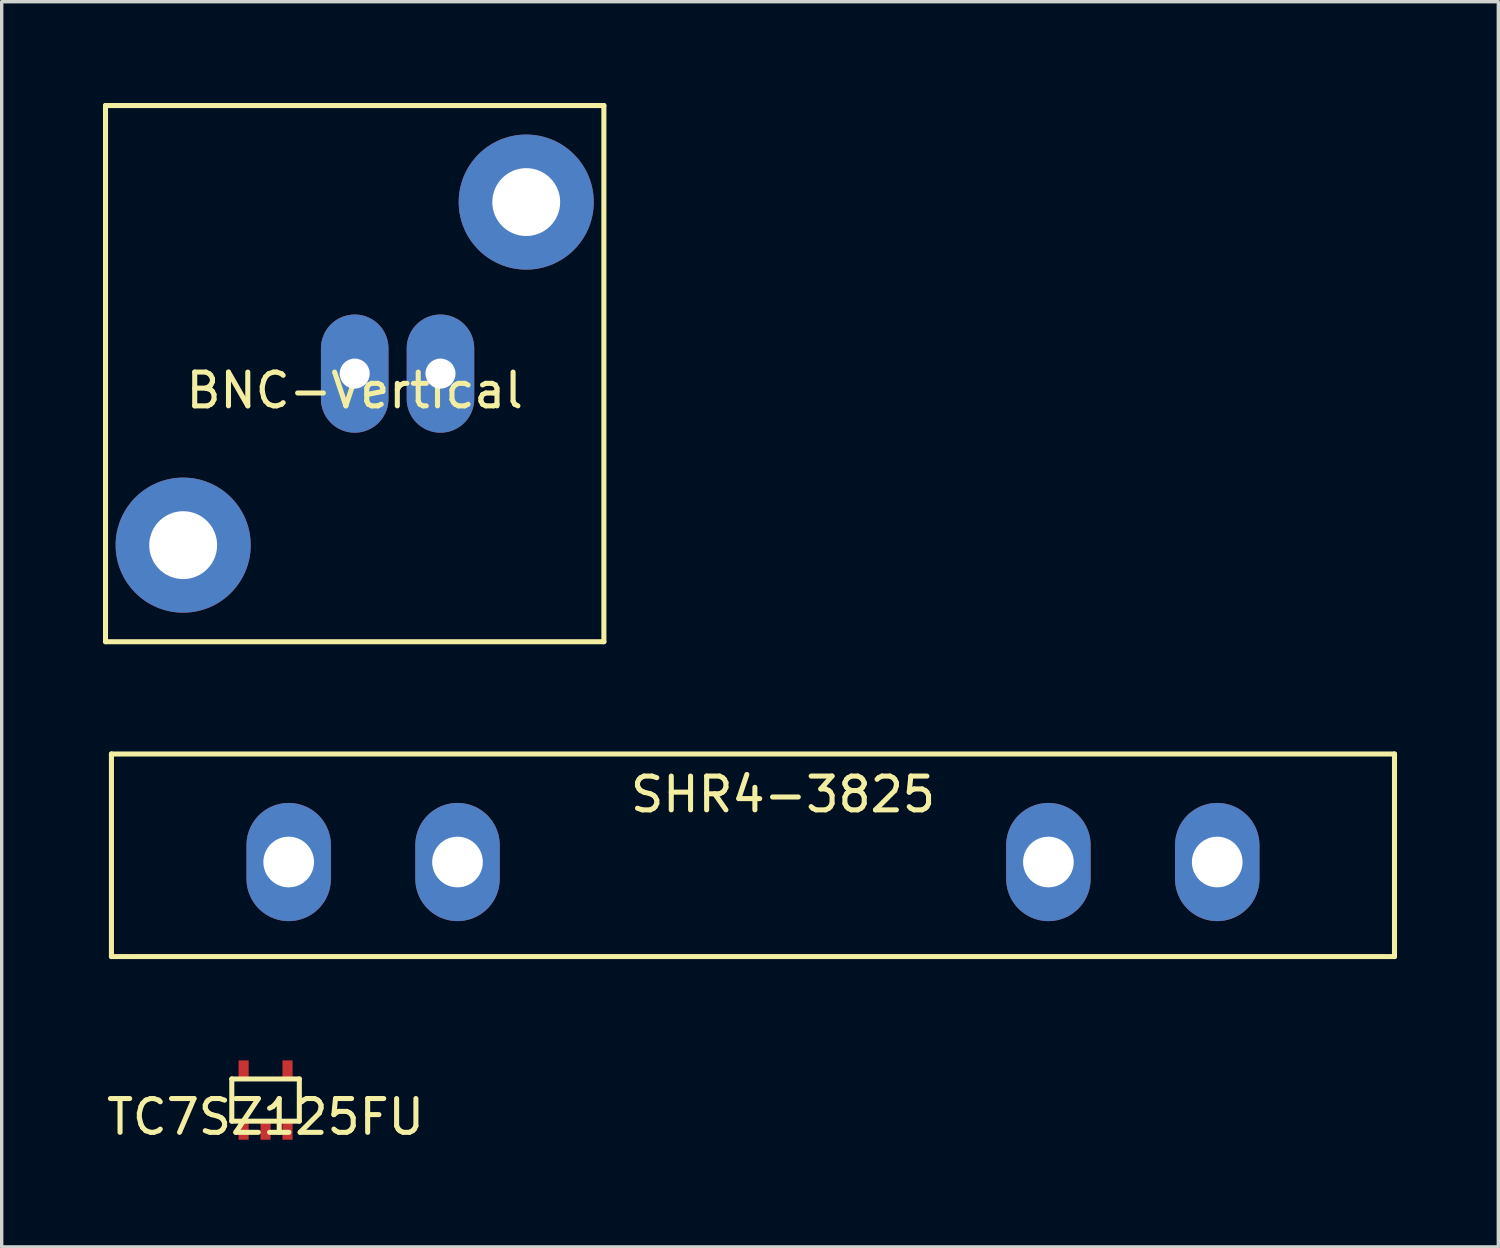
<source format=kicad_pcb>
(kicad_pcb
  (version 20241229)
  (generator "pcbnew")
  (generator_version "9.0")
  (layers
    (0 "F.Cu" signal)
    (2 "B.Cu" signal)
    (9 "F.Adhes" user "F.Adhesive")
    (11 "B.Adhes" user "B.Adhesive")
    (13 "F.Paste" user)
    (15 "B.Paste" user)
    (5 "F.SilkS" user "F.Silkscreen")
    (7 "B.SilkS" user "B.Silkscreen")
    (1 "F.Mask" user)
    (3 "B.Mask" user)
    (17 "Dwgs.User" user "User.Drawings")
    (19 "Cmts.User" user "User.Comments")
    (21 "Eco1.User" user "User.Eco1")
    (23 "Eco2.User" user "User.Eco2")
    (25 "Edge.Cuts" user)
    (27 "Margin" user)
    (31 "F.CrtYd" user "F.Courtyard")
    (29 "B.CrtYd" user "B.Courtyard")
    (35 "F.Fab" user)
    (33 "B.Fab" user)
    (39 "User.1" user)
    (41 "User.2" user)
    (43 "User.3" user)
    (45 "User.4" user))
  (footprint "BNC-Vertical"
    (layer "F.Cu")
    (at 7.455 8.015)
    (property "Reference" "BNC-Vertical" (at 0 0.5 0) (layer "F.SilkS") (effects (font (size 1 1) (thickness 0.15))))
    (attr through_hole)
    (fp_line (start -7.38 -7.94) (end 7.38 -7.94) (stroke (width 0.15) (type solid)) (layer "F.SilkS"))
    (fp_line (start -7.38 7.94) (end -7.38 -7.94) (stroke (width 0.15) (type solid)) (layer "F.SilkS"))
    (fp_line (start 7.38 -7.94) (end 7.38 7.94) (stroke (width 0.15) (type solid)) (layer "F.SilkS"))
    (fp_line (start 7.38 7.94) (end -7.38 7.94) (stroke (width 0.15) (type solid)) (layer "F.SilkS"))
    (pad "1" thru_hole oval (at 0 0) (size 2 3.5) (drill 0.89) (layers "*.Cu" "*.Mask"))
    (pad "2" thru_hole oval (at 2.54 0) (size 2 3.5) (drill 0.89) (layers "*.Cu" "*.Mask"))
    (pad "3" thru_hole circle (at 5.08 -5.08) (size 4 4) (drill 2.01) (layers "*.Cu" "*.Mask"))
    (pad "4" thru_hole circle (at -5.08 5.08) (size 4 4) (drill 2.01) (layers "*.Cu" "*.Mask")))
  (footprint "TC7SZ125FU"
    (layer "F.Cu")
    (at 4.815 29.53)
    (property "Reference" "TC7SZ125FU" (at 0 0.5 0) (layer "F.SilkS") (effects (font (size 1 1) (thickness 0.15))))
    (attr through_hole)
    (fp_line (start -1 -0.625) (end -1 0.625) (stroke (width 0.15) (type solid)) (layer "F.SilkS"))
    (fp_line (start -1 -0.625) (end 1 -0.625) (stroke (width 0.15) (type solid)) (layer "F.SilkS"))
    (fp_line (start -1 0.625) (end 1 0.625) (stroke (width 0.15) (type solid)) (layer "F.SilkS"))
    (fp_line (start 1 0.625) (end 1 -0.625) (stroke (width 0.15) (type solid)) (layer "F.SilkS"))
    (pad "1" smd rect (at -0.65 0.9) (size 0.3 0.55) (layers "F.Cu" "F.Mask" "F.Paste"))
    (pad "2" smd rect (at 0 0.9) (size 0.3 0.55) (layers "F.Cu" "F.Mask" "F.Paste"))
    (pad "3" smd rect (at 0.65 0.9) (size 0.3 0.55) (layers "F.Cu" "F.Mask" "F.Paste"))
    (pad "4" smd rect (at 0.65 -0.9) (size 0.3 0.55) (layers "F.Cu" "F.Mask" "F.Paste"))
    (pad "5" smd rect (at -0.65 -0.9) (size 0.3 0.55) (layers "F.Cu" "F.Mask" "F.Paste")))
  (footprint "SHR4-3825"
    (layer "F.Cu")
    (at 0.25 19.28)
    (property "Reference" "SHR4-3825" (at 19.89 1.2 0) (layer "F.SilkS") (effects (font (size 1 1) (thickness 0.15))))
    (attr through_hole)
    (fp_line (start 0 0) (end 0 6) (stroke (width 0.15) (type solid)) (layer "F.SilkS"))
    (fp_line (start 0 6) (end 38 6) (stroke (width 0.15) (type solid)) (layer "F.SilkS"))
    (fp_line (start 38 0) (end 0 0) (stroke (width 0.15) (type solid)) (layer "F.SilkS"))
    (fp_line (start 38 6) (end 38 0) (stroke (width 0.15) (type solid)) (layer "F.SilkS"))
    (pad "1" thru_hole oval (at 5.25 3.2) (size 2.5 3.5) (drill 1.5) (layers "*.Cu" "*.Mask"))
    (pad "2" thru_hole oval (at 10.25 3.2) (size 2.5 3.5) (drill 1.5) (layers "*.Cu" "*.Mask"))
    (pad "3" thru_hole oval (at 27.75 3.2) (size 2.5 3.5) (drill 1.5) (layers "*.Cu" "*.Mask"))
    (pad "4" thru_hole oval (at 32.75 3.2) (size 2.5 3.5) (drill 1.5) (layers "*.Cu" "*.Mask")))
  (gr_rect
    (start -3 -3)
    (end 41.325 33.878)
    (stroke (width 0.1) (type default))
    (fill no)
    (layer "Edge.Cuts")))
</source>
